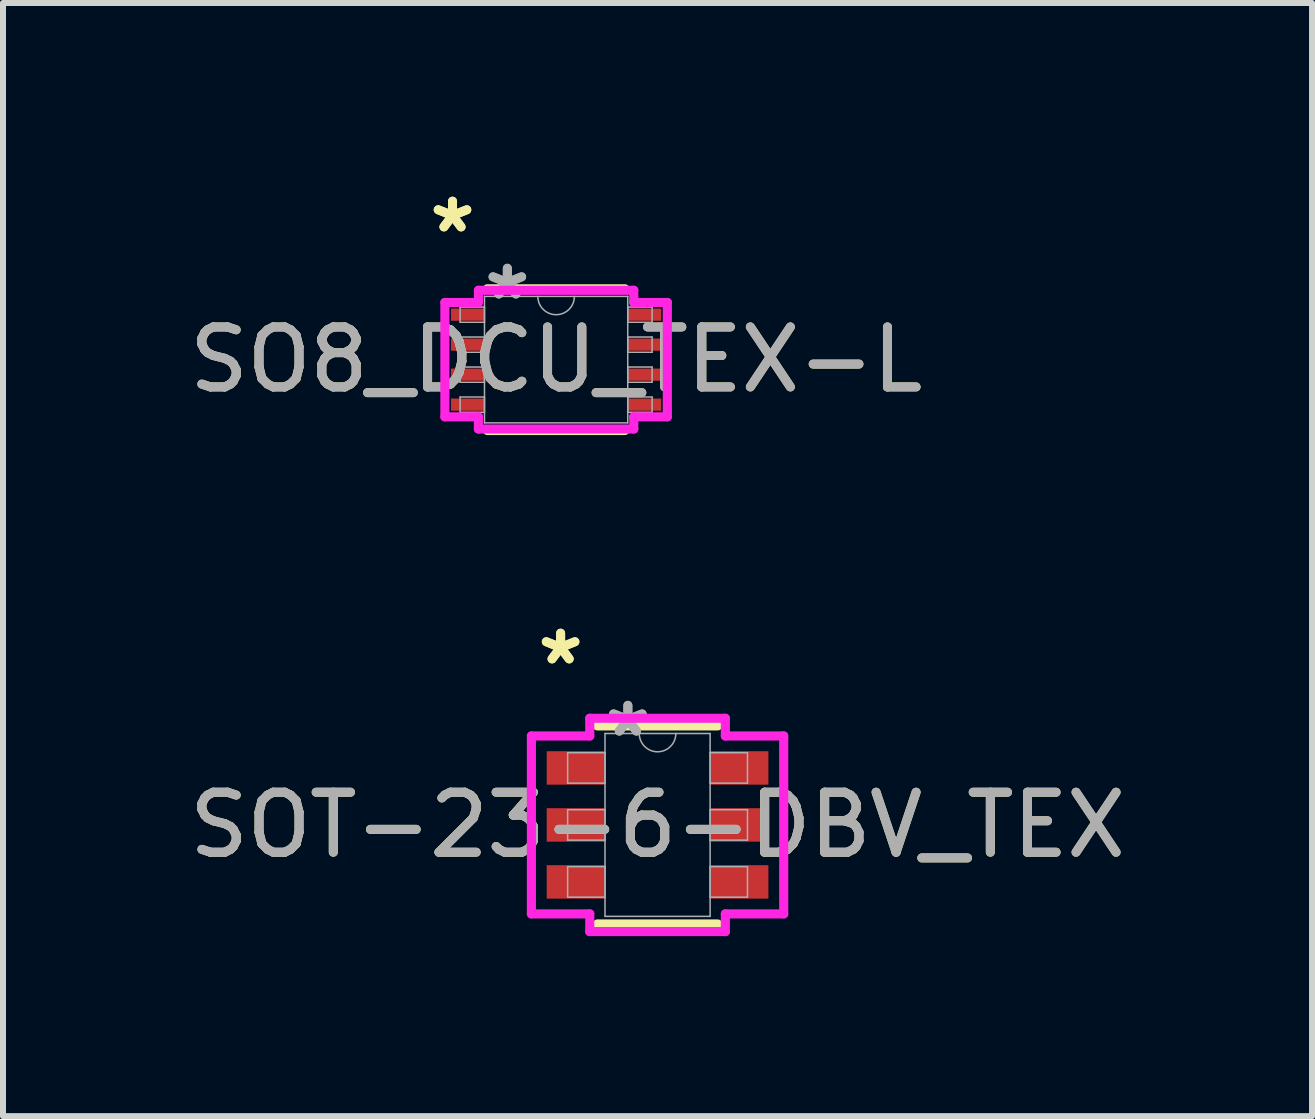
<source format=kicad_pcb>
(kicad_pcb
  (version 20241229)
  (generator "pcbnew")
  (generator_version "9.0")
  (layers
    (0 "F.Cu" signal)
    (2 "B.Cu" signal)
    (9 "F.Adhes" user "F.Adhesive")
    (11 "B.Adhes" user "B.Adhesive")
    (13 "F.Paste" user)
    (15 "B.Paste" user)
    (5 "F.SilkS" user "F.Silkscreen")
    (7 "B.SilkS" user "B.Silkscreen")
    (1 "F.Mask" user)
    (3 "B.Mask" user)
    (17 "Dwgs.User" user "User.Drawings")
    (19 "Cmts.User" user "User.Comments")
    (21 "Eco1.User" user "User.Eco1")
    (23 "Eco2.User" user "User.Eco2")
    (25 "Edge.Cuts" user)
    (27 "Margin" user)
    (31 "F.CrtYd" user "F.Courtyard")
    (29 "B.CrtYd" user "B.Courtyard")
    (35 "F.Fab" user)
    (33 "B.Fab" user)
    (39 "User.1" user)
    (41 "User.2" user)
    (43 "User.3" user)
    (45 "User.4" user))
  (footprint "SOT-23-6-DBV_TEX"
    (layer "F.Cu")
    (at 7.911 10.701)
    (property "Reference" "SOT-23-6-DBV_TEX" (at 0 0 0) (unlocked yes) (layer "F.SilkS") (effects (font (size 1 1) (thickness 0.15))))
    (attr smd)
    (fp_line (start -1.003 1.651) (end 1.003 1.651) (stroke (width 0.152) (type solid)) (layer "F.SilkS"))
    (fp_line (start 1.003 -1.651) (end -1.003 -1.651) (stroke (width 0.152) (type solid)) (layer "F.SilkS"))
    (fp_line (start -2.103 -1.483) (end -1.13 -1.483) (stroke (width 0.152) (type solid)) (layer "F.CrtYd"))
    (fp_line (start -2.103 1.483) (end -2.103 -1.483) (stroke (width 0.152) (type solid)) (layer "F.CrtYd"))
    (fp_line (start -2.103 1.483) (end -1.13 1.483) (stroke (width 0.152) (type solid)) (layer "F.CrtYd"))
    (fp_line (start -1.13 -1.778) (end 1.13 -1.778) (stroke (width 0.152) (type solid)) (layer "F.CrtYd"))
    (fp_line (start -1.13 -1.483) (end -1.13 -1.778) (stroke (width 0.152) (type solid)) (layer "F.CrtYd"))
    (fp_line (start -1.13 1.778) (end -1.13 1.483) (stroke (width 0.152) (type solid)) (layer "F.CrtYd"))
    (fp_line (start 1.13 -1.778) (end 1.13 -1.483) (stroke (width 0.152) (type solid)) (layer "F.CrtYd"))
    (fp_line (start 1.13 1.483) (end 1.13 1.778) (stroke (width 0.152) (type solid)) (layer "F.CrtYd"))
    (fp_line (start 1.13 1.778) (end -1.13 1.778) (stroke (width 0.152) (type solid)) (layer "F.CrtYd"))
    (fp_line (start 2.103 -1.483) (end 1.13 -1.483) (stroke (width 0.152) (type solid)) (layer "F.CrtYd"))
    (fp_line (start 2.103 -1.483) (end 2.103 1.483) (stroke (width 0.152) (type solid)) (layer "F.CrtYd"))
    (fp_line (start 2.103 1.483) (end 1.13 1.483) (stroke (width 0.152) (type solid)) (layer "F.CrtYd"))
    (fp_line (start -1.499 -1.204) (end -1.499 -0.696) (stroke (width 0.025) (type solid)) (layer "F.Fab"))
    (fp_line (start -1.499 -0.696) (end -0.876 -0.696) (stroke (width 0.025) (type solid)) (layer "F.Fab"))
    (fp_line (start -1.499 -0.254) (end -1.499 0.254) (stroke (width 0.025) (type solid)) (layer "F.Fab"))
    (fp_line (start -1.499 0.254) (end -0.876 0.254) (stroke (width 0.025) (type solid)) (layer "F.Fab"))
    (fp_line (start -1.499 0.696) (end -1.499 1.204) (stroke (width 0.025) (type solid)) (layer "F.Fab"))
    (fp_line (start -1.499 1.204) (end -0.876 1.204) (stroke (width 0.025) (type solid)) (layer "F.Fab"))
    (fp_line (start -0.876 -1.524) (end -0.876 1.524) (stroke (width 0.025) (type solid)) (layer "F.Fab"))
    (fp_line (start -0.876 -1.204) (end -1.499 -1.204) (stroke (width 0.025) (type solid)) (layer "F.Fab"))
    (fp_line (start -0.876 -0.696) (end -0.876 -1.204) (stroke (width 0.025) (type solid)) (layer "F.Fab"))
    (fp_line (start -0.876 -0.254) (end -1.499 -0.254) (stroke (width 0.025) (type solid)) (layer "F.Fab"))
    (fp_line (start -0.876 0.254) (end -0.876 -0.254) (stroke (width 0.025) (type solid)) (layer "F.Fab"))
    (fp_line (start -0.876 0.696) (end -1.499 0.696) (stroke (width 0.025) (type solid)) (layer "F.Fab"))
    (fp_line (start -0.876 1.204) (end -0.876 0.696) (stroke (width 0.025) (type solid)) (layer "F.Fab"))
    (fp_line (start -0.876 1.524) (end 0.876 1.524) (stroke (width 0.025) (type solid)) (layer "F.Fab"))
    (fp_line (start 0.876 -1.524) (end -0.876 -1.524) (stroke (width 0.025) (type solid)) (layer "F.Fab"))
    (fp_line (start 0.876 -1.204) (end 0.876 -0.696) (stroke (width 0.025) (type solid)) (layer "F.Fab"))
    (fp_line (start 0.876 -0.696) (end 1.499 -0.696) (stroke (width 0.025) (type solid)) (layer "F.Fab"))
    (fp_line (start 0.876 -0.254) (end 0.876 0.254) (stroke (width 0.025) (type solid)) (layer "F.Fab"))
    (fp_line (start 0.876 0.254) (end 1.499 0.254) (stroke (width 0.025) (type solid)) (layer "F.Fab"))
    (fp_line (start 0.876 0.696) (end 0.876 1.204) (stroke (width 0.025) (type solid)) (layer "F.Fab"))
    (fp_line (start 0.876 1.204) (end 1.499 1.204) (stroke (width 0.025) (type solid)) (layer "F.Fab"))
    (fp_line (start 0.876 1.524) (end 0.876 -1.524) (stroke (width 0.025) (type solid)) (layer "F.Fab"))
    (fp_line (start 1.499 -1.204) (end 0.876 -1.204) (stroke (width 0.025) (type solid)) (layer "F.Fab"))
    (fp_line (start 1.499 -0.696) (end 1.499 -1.204) (stroke (width 0.025) (type solid)) (layer "F.Fab"))
    (fp_line (start 1.499 -0.254) (end 0.876 -0.254) (stroke (width 0.025) (type solid)) (layer "F.Fab"))
    (fp_line (start 1.499 0.254) (end 1.499 -0.254) (stroke (width 0.025) (type solid)) (layer "F.Fab"))
    (fp_line (start 1.499 0.696) (end 0.876 0.696) (stroke (width 0.025) (type solid)) (layer "F.Fab"))
    (fp_line (start 1.499 1.204) (end 1.499 0.696) (stroke (width 0.025) (type solid)) (layer "F.Fab"))
    (fp_arc (start 0.3048 -1.524) (mid 0 -1.2192) (end -0.3048 -1.524) (stroke (width 0.0254) (type solid)) (layer "F.Fab"))
    (fp_text user "*" (at -1.616 -2.651 0) (layer "F.SilkS") (effects (font (size 1 1) (thickness 0.15))))
    (fp_text user "*" (at -1.616 -2.651 0) (unlocked yes) (layer "F.SilkS") (effects (font (size 1 1) (thickness 0.15))))
    (fp_text user "*" (at -0.495 -1.448 0) (layer "F.Fab") (effects (font (size 1 1) (thickness 0.15))))
    (fp_text user "${REFERENCE}" (at 0 0 0) (unlocked yes) (layer "F.Fab") (effects (font (size 1 1) (thickness 0.15))))
    (fp_text user "*" (at -0.495 -1.448 0) (unlocked yes) (layer "F.Fab") (effects (font (size 1 1) (thickness 0.15))))
    (pad "1" smd rect (at -1.362 -0.95) (size 0.972 0.558) (layers "F.Cu" "F.Mask" "F.Paste"))
    (pad "2" smd rect (at -1.362 0) (size 0.972 0.558) (layers "F.Cu" "F.Mask" "F.Paste"))
    (pad "3" smd rect (at -1.362 0.95) (size 0.972 0.558) (layers "F.Cu" "F.Mask" "F.Paste"))
    (pad "4" smd rect (at 1.362 0.95) (size 0.972 0.558) (layers "F.Cu" "F.Mask" "F.Paste"))
    (pad "5" smd rect (at 1.362 0) (size 0.972 0.558) (layers "F.Cu" "F.Mask" "F.Paste"))
    (pad "6" smd rect (at 1.362 -0.95) (size 0.972 0.558) (layers "F.Cu" "F.Mask" "F.Paste")))
  (footprint "SO8_DCU_TEX-L"
    (layer "F.Cu")
    (at 6.22 2.945)
    (property "Reference" "SO8_DCU_TEX-L" (at 0 0 0) (unlocked yes) (layer "F.SilkS") (effects (font (size 1 1) (thickness 0.15))))
    (attr smd)
    (fp_line (start -1.146 1.181) (end 1.146 1.181) (stroke (width 0.152) (type solid)) (layer "F.SilkS"))
    (fp_line (start 1.146 -1.181) (end -1.146 -1.181) (stroke (width 0.152) (type solid)) (layer "F.SilkS"))
    (fp_line (start -1.854 -0.953) (end -1.295 -0.953) (stroke (width 0.152) (type solid)) (layer "F.CrtYd"))
    (fp_line (start -1.854 0.953) (end -1.854 -0.953) (stroke (width 0.152) (type solid)) (layer "F.CrtYd"))
    (fp_line (start -1.854 0.953) (end -1.295 0.953) (stroke (width 0.152) (type solid)) (layer "F.CrtYd"))
    (fp_line (start -1.295 -1.156) (end 1.295 -1.156) (stroke (width 0.152) (type solid)) (layer "F.CrtYd"))
    (fp_line (start -1.295 -0.953) (end -1.295 -1.156) (stroke (width 0.152) (type solid)) (layer "F.CrtYd"))
    (fp_line (start -1.295 1.156) (end -1.295 0.953) (stroke (width 0.152) (type solid)) (layer "F.CrtYd"))
    (fp_line (start 1.295 -1.156) (end 1.295 -0.953) (stroke (width 0.152) (type solid)) (layer "F.CrtYd"))
    (fp_line (start 1.295 0.953) (end 1.295 1.156) (stroke (width 0.152) (type solid)) (layer "F.CrtYd"))
    (fp_line (start 1.295 1.156) (end -1.295 1.156) (stroke (width 0.152) (type solid)) (layer "F.CrtYd"))
    (fp_line (start 1.854 -0.953) (end 1.295 -0.953) (stroke (width 0.152) (type solid)) (layer "F.CrtYd"))
    (fp_line (start 1.854 -0.953) (end 1.854 0.953) (stroke (width 0.152) (type solid)) (layer "F.CrtYd"))
    (fp_line (start 1.854 0.953) (end 1.295 0.953) (stroke (width 0.152) (type solid)) (layer "F.CrtYd"))
    (fp_line (start -1.6 -0.877) (end -1.6 -0.623) (stroke (width 0.025) (type solid)) (layer "F.Fab"))
    (fp_line (start -1.6 -0.623) (end -1.194 -0.623) (stroke (width 0.025) (type solid)) (layer "F.Fab"))
    (fp_line (start -1.6 -0.377) (end -1.6 -0.123) (stroke (width 0.025) (type solid)) (layer "F.Fab"))
    (fp_line (start -1.6 -0.123) (end -1.194 -0.123) (stroke (width 0.025) (type solid)) (layer "F.Fab"))
    (fp_line (start -1.6 0.123) (end -1.6 0.377) (stroke (width 0.025) (type solid)) (layer "F.Fab"))
    (fp_line (start -1.6 0.377) (end -1.194 0.377) (stroke (width 0.025) (type solid)) (layer "F.Fab"))
    (fp_line (start -1.6 0.623) (end -1.6 0.877) (stroke (width 0.025) (type solid)) (layer "F.Fab"))
    (fp_line (start -1.6 0.877) (end -1.194 0.877) (stroke (width 0.025) (type solid)) (layer "F.Fab"))
    (fp_line (start -1.194 -1.054) (end -1.194 1.054) (stroke (width 0.025) (type solid)) (layer "F.Fab"))
    (fp_line (start -1.194 -0.877) (end -1.6 -0.877) (stroke (width 0.025) (type solid)) (layer "F.Fab"))
    (fp_line (start -1.194 -0.623) (end -1.194 -0.877) (stroke (width 0.025) (type solid)) (layer "F.Fab"))
    (fp_line (start -1.194 -0.377) (end -1.6 -0.377) (stroke (width 0.025) (type solid)) (layer "F.Fab"))
    (fp_line (start -1.194 -0.123) (end -1.194 -0.377) (stroke (width 0.025) (type solid)) (layer "F.Fab"))
    (fp_line (start -1.194 0.123) (end -1.6 0.123) (stroke (width 0.025) (type solid)) (layer "F.Fab"))
    (fp_line (start -1.194 0.377) (end -1.194 0.123) (stroke (width 0.025) (type solid)) (layer "F.Fab"))
    (fp_line (start -1.194 0.623) (end -1.6 0.623) (stroke (width 0.025) (type solid)) (layer "F.Fab"))
    (fp_line (start -1.194 0.877) (end -1.194 0.623) (stroke (width 0.025) (type solid)) (layer "F.Fab"))
    (fp_line (start -1.194 1.054) (end 1.194 1.054) (stroke (width 0.025) (type solid)) (layer "F.Fab"))
    (fp_line (start 1.194 -1.054) (end -1.194 -1.054) (stroke (width 0.025) (type solid)) (layer "F.Fab"))
    (fp_line (start 1.194 -0.877) (end 1.194 -0.623) (stroke (width 0.025) (type solid)) (layer "F.Fab"))
    (fp_line (start 1.194 -0.623) (end 1.6 -0.623) (stroke (width 0.025) (type solid)) (layer "F.Fab"))
    (fp_line (start 1.194 -0.377) (end 1.194 -0.123) (stroke (width 0.025) (type solid)) (layer "F.Fab"))
    (fp_line (start 1.194 -0.123) (end 1.6 -0.123) (stroke (width 0.025) (type solid)) (layer "F.Fab"))
    (fp_line (start 1.194 0.123) (end 1.194 0.377) (stroke (width 0.025) (type solid)) (layer "F.Fab"))
    (fp_line (start 1.194 0.377) (end 1.6 0.377) (stroke (width 0.025) (type solid)) (layer "F.Fab"))
    (fp_line (start 1.194 0.623) (end 1.194 0.877) (stroke (width 0.025) (type solid)) (layer "F.Fab"))
    (fp_line (start 1.194 0.877) (end 1.6 0.877) (stroke (width 0.025) (type solid)) (layer "F.Fab"))
    (fp_line (start 1.194 1.054) (end 1.194 -1.054) (stroke (width 0.025) (type solid)) (layer "F.Fab"))
    (fp_line (start 1.6 -0.877) (end 1.194 -0.877) (stroke (width 0.025) (type solid)) (layer "F.Fab"))
    (fp_line (start 1.6 -0.623) (end 1.6 -0.877) (stroke (width 0.025) (type solid)) (layer "F.Fab"))
    (fp_line (start 1.6 -0.377) (end 1.194 -0.377) (stroke (width 0.025) (type solid)) (layer "F.Fab"))
    (fp_line (start 1.6 -0.123) (end 1.6 -0.377) (stroke (width 0.025) (type solid)) (layer "F.Fab"))
    (fp_line (start 1.6 0.123) (end 1.194 0.123) (stroke (width 0.025) (type solid)) (layer "F.Fab"))
    (fp_line (start 1.6 0.377) (end 1.6 0.123) (stroke (width 0.025) (type solid)) (layer "F.Fab"))
    (fp_line (start 1.6 0.623) (end 1.194 0.623) (stroke (width 0.025) (type solid)) (layer "F.Fab"))
    (fp_line (start 1.6 0.877) (end 1.6 0.623) (stroke (width 0.025) (type solid)) (layer "F.Fab"))
    (fp_arc (start 0.3048 -1.0541) (mid 0 -0.7493) (end -0.3048 -1.0541) (stroke (width 0.0254) (type solid)) (layer "F.Fab"))
    (fp_text user "*" (at -1.727 -2.096 0) (unlocked yes) (layer "F.SilkS") (effects (font (size 1 1) (thickness 0.15))))
    (fp_text user "*" (at -1.727 -2.096 0) (layer "F.SilkS") (effects (font (size 1 1) (thickness 0.15))))
    (fp_text user "*" (at -0.813 -0.978 0) (layer "F.Fab") (effects (font (size 1 1) (thickness 0.15))))
    (fp_text user "${REFERENCE}" (at 0 0 0) (unlocked yes) (layer "F.Fab") (effects (font (size 1 1) (thickness 0.15))))
    (fp_text user "*" (at -0.813 -0.978 0) (unlocked yes) (layer "F.Fab") (effects (font (size 1 1) (thickness 0.15))))
    (pad "1" smd rect (at -1.473 -0.75) (size 0.559 0.203) (layers "F.Cu" "F.Mask" "F.Paste"))
    (pad "2" smd rect (at -1.473 -0.25) (size 0.559 0.203) (layers "F.Cu" "F.Mask" "F.Paste"))
    (pad "3" smd rect (at -1.473 0.25) (size 0.559 0.203) (layers "F.Cu" "F.Mask" "F.Paste"))
    (pad "4" smd rect (at -1.473 0.75) (size 0.559 0.203) (layers "F.Cu" "F.Mask" "F.Paste"))
    (pad "5" smd rect (at 1.473 0.75) (size 0.559 0.203) (layers "F.Cu" "F.Mask" "F.Paste"))
    (pad "6" smd rect (at 1.473 0.25) (size 0.559 0.203) (layers "F.Cu" "F.Mask" "F.Paste"))
    (pad "7" smd rect (at 1.473 -0.25) (size 0.559 0.203) (layers "F.Cu" "F.Mask" "F.Paste"))
    (pad "8" smd rect (at 1.473 -0.75) (size 0.559 0.203) (layers "F.Cu" "F.Mask" "F.Paste")))
  (gr_rect
    (start -3 -3)
    (end 18.821 15.555)
    (stroke (width 0.1) (type default))
    (fill no)
    (layer "Edge.Cuts")))
</source>
